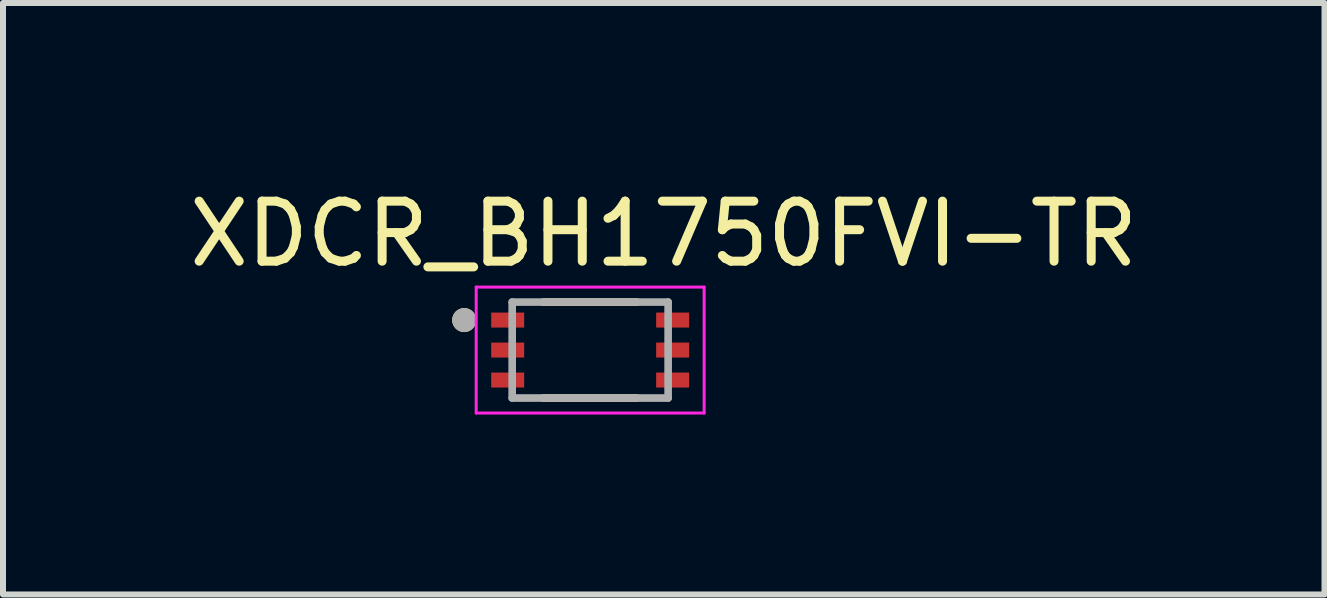
<source format=kicad_pcb>
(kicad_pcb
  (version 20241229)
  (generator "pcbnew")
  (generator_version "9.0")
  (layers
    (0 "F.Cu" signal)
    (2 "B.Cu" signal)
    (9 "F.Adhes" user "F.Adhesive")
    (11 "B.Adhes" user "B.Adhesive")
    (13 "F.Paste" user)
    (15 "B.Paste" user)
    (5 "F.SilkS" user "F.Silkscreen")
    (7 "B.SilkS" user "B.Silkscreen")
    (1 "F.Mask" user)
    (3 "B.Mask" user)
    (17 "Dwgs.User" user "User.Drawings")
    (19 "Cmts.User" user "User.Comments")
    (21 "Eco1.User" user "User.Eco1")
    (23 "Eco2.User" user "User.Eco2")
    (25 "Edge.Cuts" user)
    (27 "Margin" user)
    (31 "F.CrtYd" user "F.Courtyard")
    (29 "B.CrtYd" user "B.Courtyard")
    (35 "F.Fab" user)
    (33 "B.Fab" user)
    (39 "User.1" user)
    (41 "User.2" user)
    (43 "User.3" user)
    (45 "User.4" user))
  (footprint "XDCR_BH1750FVI-TR"
    (layer "F.Cu")
    (at 6.789 2.786)
    (property "Reference" "XDCR_BH1750FVI-TR" (at 1.227 -1.937 0) (layer "F.SilkS") (effects (font (size 1.001 1.001) (thickness 0.15))))
    (attr smd)
    (fp_line (start -0.78 0.8) (end 0.78 0.8) (stroke (width 0.127) (type solid)) (layer "F.SilkS"))
    (fp_line (start 0.78 -0.8) (end -0.78 -0.8) (stroke (width 0.127) (type solid)) (layer "F.SilkS"))
    (fp_circle (center -2.1 -0.5) (end -2 -0.5) (stroke (width 0.2) (type solid)) (fill no) (layer "F.SilkS"))
    (fp_line (start -1.9 -1.05) (end 1.9 -1.05) (stroke (width 0.05) (type solid)) (layer "F.CrtYd"))
    (fp_line (start -1.9 1.05) (end -1.9 -1.05) (stroke (width 0.05) (type solid)) (layer "F.CrtYd"))
    (fp_line (start 1.9 -1.05) (end 1.9 1.05) (stroke (width 0.05) (type solid)) (layer "F.CrtYd"))
    (fp_line (start 1.9 1.05) (end -1.9 1.05) (stroke (width 0.05) (type solid)) (layer "F.CrtYd"))
    (fp_line (start -1.3 -0.8) (end -1.3 0.8) (stroke (width 0.127) (type solid)) (layer "F.Fab"))
    (fp_line (start -1.3 0.8) (end 1.3 0.8) (stroke (width 0.127) (type solid)) (layer "F.Fab"))
    (fp_line (start 1.3 -0.8) (end -1.3 -0.8) (stroke (width 0.127) (type solid)) (layer "F.Fab"))
    (fp_line (start 1.3 0.8) (end 1.3 -0.8) (stroke (width 0.127) (type solid)) (layer "F.Fab"))
    (fp_circle (center -2.1 -0.5) (end -2 -0.5) (stroke (width 0.2) (type solid)) (fill no) (layer "F.Fab"))
    (pad "1" smd rect (at -1.375 -0.5) (size 0.55 0.25) (layers "F.Cu" "F.Mask" "F.Paste"))
    (pad "2" smd rect (at -1.375 0) (size 0.55 0.25) (layers "F.Cu" "F.Mask" "F.Paste"))
    (pad "3" smd rect (at -1.375 0.5) (size 0.55 0.25) (layers "F.Cu" "F.Mask" "F.Paste"))
    (pad "4" smd rect (at 1.375 0.5) (size 0.55 0.25) (layers "F.Cu" "F.Mask" "F.Paste"))
    (pad "5" smd rect (at 1.375 0) (size 0.55 0.25) (layers "F.Cu" "F.Mask" "F.Paste"))
    (pad "6" smd rect (at 1.375 -0.5) (size 0.55 0.25) (layers "F.Cu" "F.Mask" "F.Paste")))
  (gr_rect
    (start -3 -3)
    (end 19.032 6.861)
    (stroke (width 0.1) (type default))
    (fill no)
    (layer "Edge.Cuts")))
</source>
